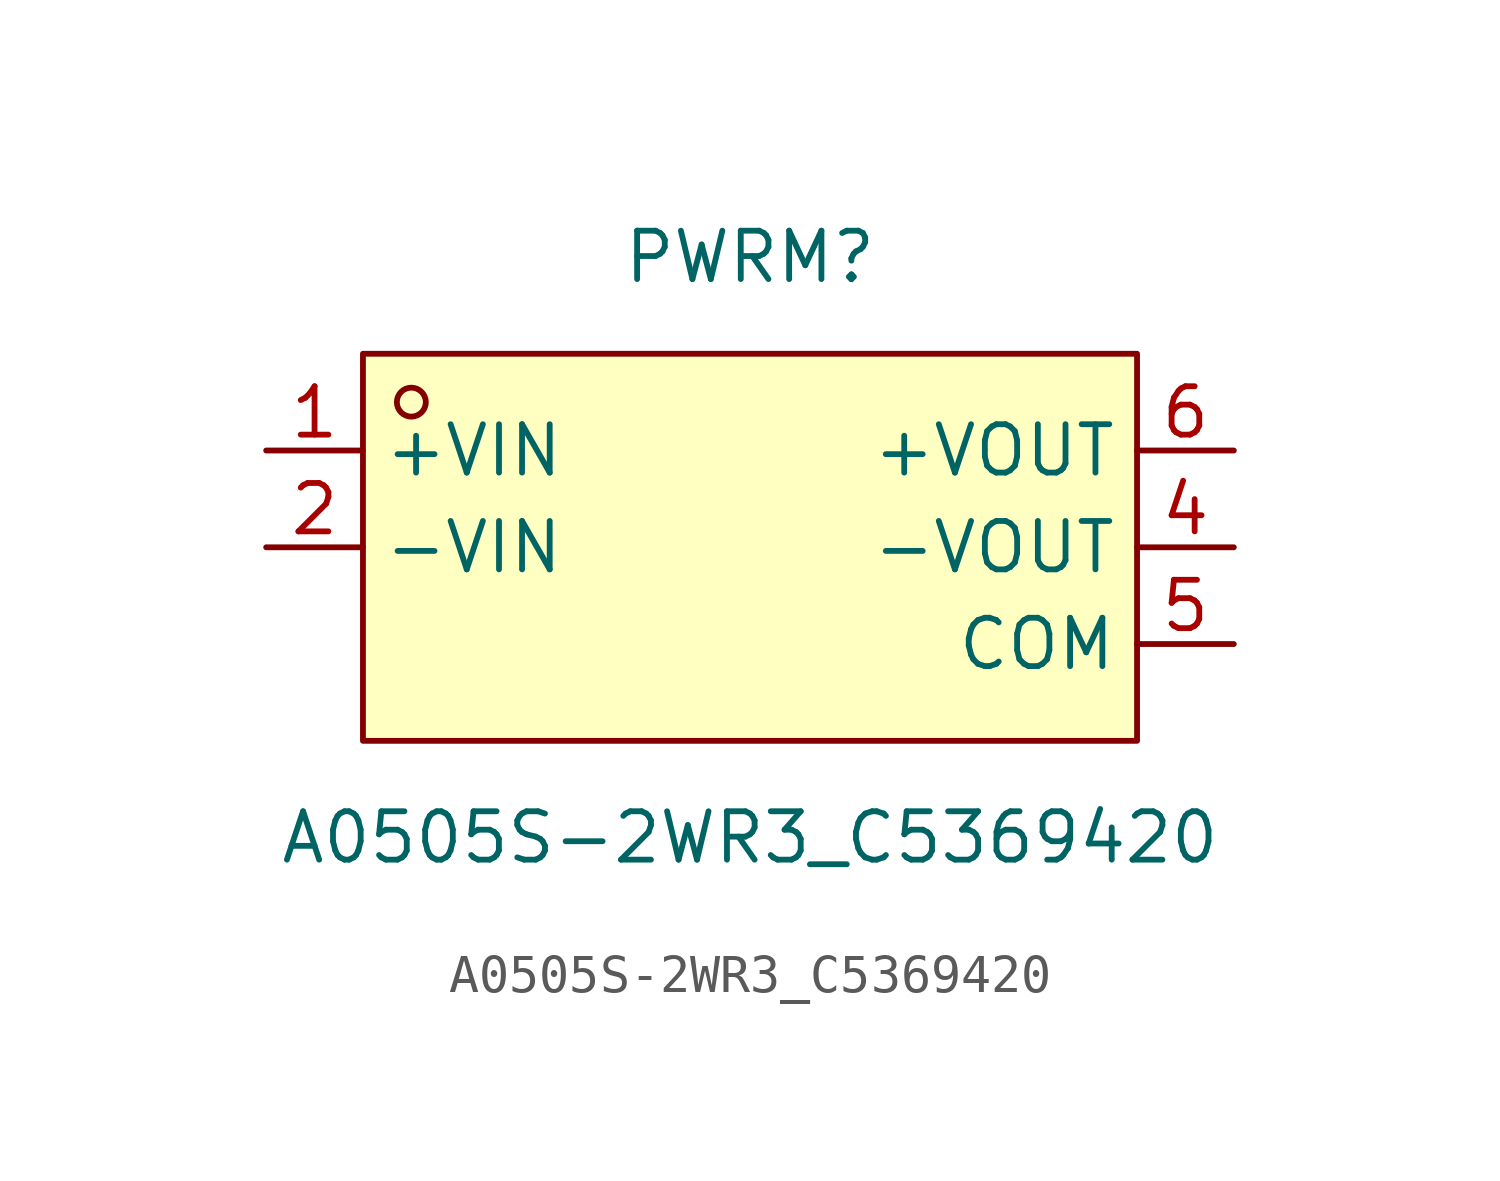
<source format=kicad_sym>
(kicad_symbol_lib
  (version 20211014)
  (generator https://github.com/uPesy/easyeda2kicad.py)
  (symbol "A0505S-2WR3_C5369420"
    (property "Reference" "PWRM"
      (at 0 7.62 0)
      (effects (font (size 1.27 1.27))))
    (property "Value" "A0505S-2WR3_C5369420"
      (at 0 -7.62 0)
      (effects (font (size 1.27 1.27))))
    (symbol "A0505S-2WR3_C5369420_0_1"
      (rectangle (start -10.16 5.08) (end 10.16 -5.08) (stroke (width 0) (type default) (color 0 0 0 0)) (fill (type background)))
      (circle (center -8.89 3.81) (radius 0.38) (stroke (width 0) (type default) (color 0 0 0 0)) (fill (type none)))
      (pin unspecified line (at -12.70 2.54 0) (length 2.54) (name "+VIN" (effects (font (size 1.27 1.27)))) (number "1" (effects (font (size 1.27 1.27)))))
      (pin unspecified line (at -12.70 -0.00 0) (length 2.54) (name "-VIN" (effects (font (size 1.27 1.27)))) (number "2" (effects (font (size 1.27 1.27)))))
      (pin unspecified line (at 12.70 -0.00 180) (length 2.54) (name "-VOUT" (effects (font (size 1.27 1.27)))) (number "4" (effects (font (size 1.27 1.27)))))
      (pin unspecified line (at 12.70 -2.54 180) (length 2.54) (name "COM" (effects (font (size 1.27 1.27)))) (number "5" (effects (font (size 1.27 1.27)))))
      (pin unspecified line (at 12.70 2.54 180) (length 2.54) (name "+VOUT" (effects (font (size 1.27 1.27)))) (number "6" (effects (font (size 1.27 1.27))))))))
</source>
